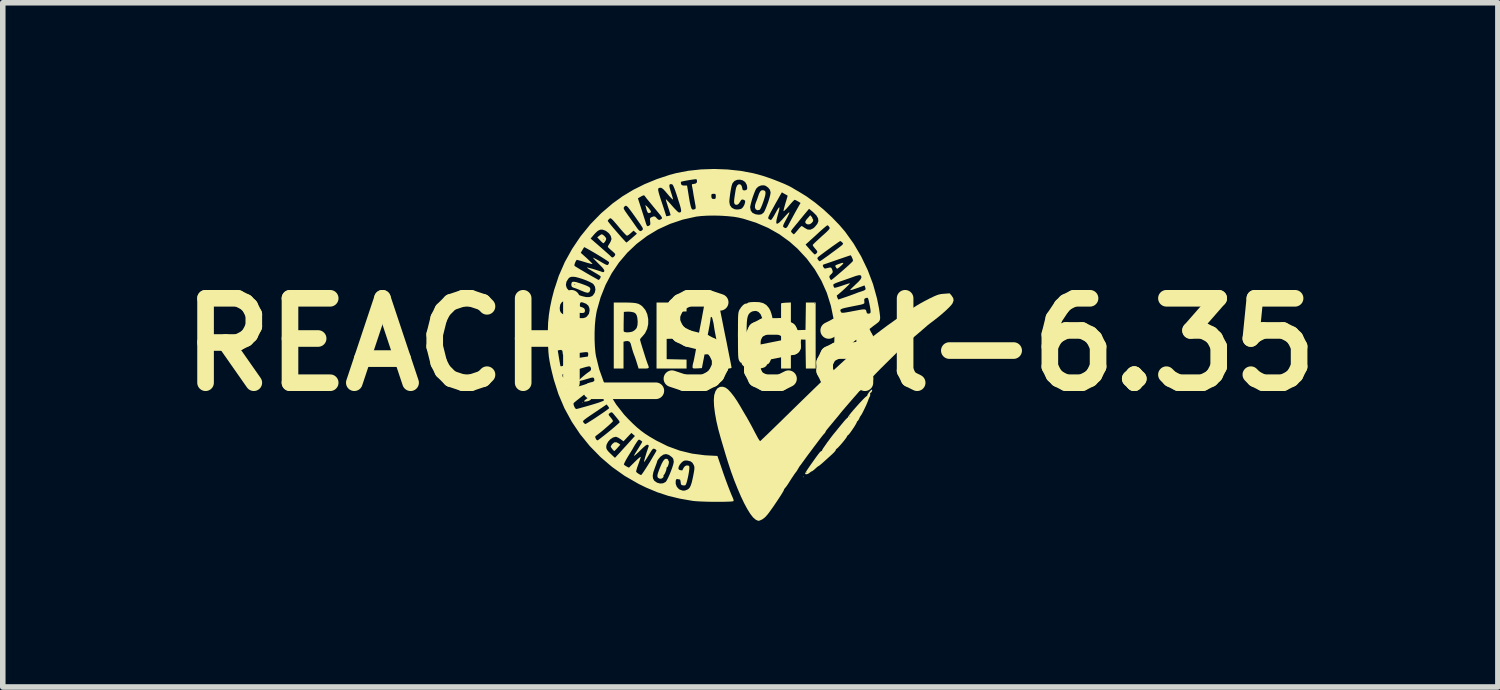
<source format=kicad_pcb>
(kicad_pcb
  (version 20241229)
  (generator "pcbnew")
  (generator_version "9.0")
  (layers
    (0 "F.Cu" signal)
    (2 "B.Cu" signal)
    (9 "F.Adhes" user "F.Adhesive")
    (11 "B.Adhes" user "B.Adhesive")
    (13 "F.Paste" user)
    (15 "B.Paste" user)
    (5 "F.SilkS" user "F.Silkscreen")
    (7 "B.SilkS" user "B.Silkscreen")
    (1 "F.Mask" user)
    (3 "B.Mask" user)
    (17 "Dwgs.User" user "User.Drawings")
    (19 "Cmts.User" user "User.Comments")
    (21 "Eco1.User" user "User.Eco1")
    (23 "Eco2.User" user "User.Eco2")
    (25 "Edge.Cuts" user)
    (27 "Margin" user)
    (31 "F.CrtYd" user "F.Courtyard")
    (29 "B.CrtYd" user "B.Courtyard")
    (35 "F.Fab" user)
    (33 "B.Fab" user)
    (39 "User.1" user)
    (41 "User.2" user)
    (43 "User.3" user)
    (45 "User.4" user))
  (footprint "REACH_Seal-6.35"
    (layer "F.Cu")
    (at 10.494 3.169)
    (property "Reference" "REACH_Seal-6.35" (at 0 0 0) (layer "F.SilkS") (effects (font (size 1.524 1.524) (thickness 0.3))))
    (attr board_only exclude_from_pos_files exclude_from_bom)
    (fp_poly (pts (xy -3.021 1.049) (xy -3.028 1.056) (xy -3.034 1.049) (xy -3.028 1.043)) (stroke (width 0) (type solid)) (fill yes) (layer "F.SilkS"))
    (fp_poly (pts (xy 0.962 2.39) (xy 0.955 2.396) (xy 0.948 2.39) (xy 0.955 2.383)) (stroke (width 0) (type solid)) (fill yes) (layer "F.SilkS"))
    (fp_poly (pts (xy -2.883 0.957) (xy -2.872 0.977) (xy -2.872 0.98) (xy -2.884 0.999) (xy -2.914 1.016) (xy -2.953 1.027) (xy -2.977 1.029) (xy -3.001 1.028) (xy -3.002 1.02) (xy -2.985 1.004) (xy -2.944 0.971) (xy -2.908 0.955)) (stroke (width 0) (type solid)) (fill yes) (layer "F.SilkS"))
    (fp_poly (pts (xy -1.885 -2.51) (xy -1.87 -2.498) (xy -1.84 -2.467) (xy -1.812 -2.432) (xy -1.795 -2.405) (xy -1.795 -2.389) (xy -1.803 -2.382) (xy -1.832 -2.371) (xy -1.852 -2.382) (xy -1.868 -2.417) (xy -1.87 -2.424) (xy -1.881 -2.465) (xy -1.891 -2.497) (xy -1.893 -2.502) (xy -1.895 -2.515)) (stroke (width 0) (type solid)) (fill yes) (layer "F.SilkS"))
    (fp_poly (pts (xy 1.679 -1.466) (xy 1.661 -1.443) (xy 1.639 -1.422) (xy 1.605 -1.393) (xy 1.579 -1.374) (xy 1.569 -1.368) (xy 1.555 -1.378) (xy 1.544 -1.396) (xy 1.534 -1.414) (xy 1.534 -1.425) (xy 1.549 -1.435) (xy 1.582 -1.448) (xy 1.595 -1.453) (xy 1.647 -1.471) (xy 1.674 -1.475)) (stroke (width 0) (type solid)) (fill yes) (layer "F.SilkS"))
    (fp_poly (pts (xy -2.378 1.784) (xy -2.347 1.808) (xy -2.398 1.865) (xy -2.427 1.897) (xy -2.448 1.917) (xy -2.456 1.923) (xy -2.469 1.913) (xy -2.489 1.89) (xy -2.492 1.887) (xy -2.511 1.86) (xy -2.52 1.842) (xy -2.52 1.841) (xy -2.512 1.825) (xy -2.494 1.798) (xy -2.492 1.796) (xy -2.456 1.766) (xy -2.417 1.764)) (stroke (width 0) (type solid)) (fill yes) (layer "F.SilkS"))
    (fp_poly (pts (xy 1.11 -2.301) (xy 1.133 -2.262) (xy 1.133 -2.228) (xy 1.11 -2.196) (xy 1.075 -2.172) (xy 1.036 -2.168) (xy 1.005 -2.183) (xy 0.992 -2.203) (xy 0.994 -2.225) (xy 1.013 -2.255) (xy 1.024 -2.268) (xy 1.111 -2.268) (xy 1.118 -2.261) (xy 1.124 -2.268) (xy 1.118 -2.275) (xy 1.111 -2.268) (xy 1.024 -2.268) (xy 1.036 -2.281) (xy 1.082 -2.334)) (stroke (width 0) (type solid)) (fill yes) (layer "F.SilkS"))
    (fp_poly (pts (xy -1.151 -0.597) (xy -1.331 -0.593) (xy -1.51 -0.589) (xy -1.51 -0.278) (xy -1.246 -0.27) (xy -1.246 -0.22) (xy -1.248 -0.17) (xy -1.254 -0.138) (xy -1.27 -0.12) (xy -1.302 -0.111) (xy -1.353 -0.107) (xy -1.387 -0.105) (xy -1.51 -0.102) (xy -1.51 0.264) (xy -1.331 0.268) (xy -1.151 0.272) (xy -1.151 0.433) (xy -1.693 0.433) (xy -1.693 -0.758) (xy -1.151 -0.758)) (stroke (width 0) (type solid)) (fill yes) (layer "F.SilkS"))
    (fp_poly (pts (xy -2.659 -1.98) (xy -2.631 -1.956) (xy -2.609 -1.928) (xy -2.601 -1.908) (xy -2.608 -1.883) (xy -2.625 -1.854) (xy -2.644 -1.833) (xy -2.655 -1.828) (xy -2.667 -1.837) (xy -2.692 -1.86) (xy -2.712 -1.881) (xy -2.732 -1.902) (xy -2.655 -1.902) (xy -2.648 -1.896) (xy -2.642 -1.902) (xy -2.648 -1.909) (xy -2.655 -1.902) (xy -2.732 -1.902) (xy -2.763 -1.935) (xy -2.727 -1.963) (xy -2.7 -1.982) (xy -2.683 -1.99) (xy -2.682 -1.99)) (stroke (width 0) (type solid)) (fill yes) (layer "F.SilkS"))
    (fp_poly (pts (xy 0.253 -2.78) (xy 0.27 -2.764) (xy 0.275 -2.736) (xy 0.269 -2.692) (xy 0.251 -2.629) (xy 0.237 -2.586) (xy 0.215 -2.525) (xy 0.194 -2.475) (xy 0.177 -2.442) (xy 0.167 -2.431) (xy 0.127 -2.424) (xy 0.098 -2.44) (xy 0.098 -2.44) (xy 0.083 -2.472) (xy 0.086 -2.519) (xy 0.1 -2.564) (xy 0.117 -2.606) (xy 0.134 -2.654) (xy 0.136 -2.661) (xy 0.158 -2.723) (xy 0.178 -2.762) (xy 0.2 -2.782) (xy 0.225 -2.786)) (stroke (width 0) (type solid)) (fill yes) (layer "F.SilkS"))
    (fp_poly (pts (xy 0.732 -0.256) (xy 0.996 -0.264) (xy 1.003 -0.738) (xy 1.151 -0.738) (xy 1.158 -0.731) (xy 1.165 -0.738) (xy 1.158 -0.745) (xy 1.151 -0.738) (xy 1.003 -0.738) (xy 1.003 -0.758) (xy 1.179 -0.758) (xy 1.179 0.433) (xy 1.003 0.433) (xy 0.999 0.173) (xy 0.996 -0.088) (xy 0.732 -0.096) (xy 0.732 0.433) (xy 0.555 0.433) (xy 0.555 -0.149) (xy 0.555 -0.272) (xy 0.555 -0.387) (xy 0.555 -0.49) (xy 0.555 -0.58) (xy 0.555 -0.652) (xy 0.555 -0.705) (xy 0.555 -0.735) (xy 0.555 -0.741) (xy 0.568 -0.747) (xy 0.6 -0.752) (xy 0.643 -0.755) (xy 0.732 -0.759)) (stroke (width 0) (type solid)) (fill yes) (layer "F.SilkS"))
    (fp_poly (pts (xy -3.143 -1.127) (xy -3.08 -1.107) (xy -3.048 -1.096) (xy -2.979 -1.071) (xy -2.933 -1.051) (xy -2.905 -1.035) (xy -2.891 -1.018) (xy -2.888 -0.998) (xy -2.892 -0.977) (xy -2.907 -0.945) (xy -2.936 -0.934) (xy -2.98 -0.944) (xy -3.006 -0.954) (xy -3.042 -0.969) (xy -3.048 -0.971) (xy -3.099 -0.993) (xy -3.134 -1.007) (xy -3.159 -1.016) (xy -3.185 -1.024) (xy -3.19 -1.026) (xy -3.218 -1.039) (xy -3.229 -1.06) (xy -3.231 -1.084) (xy -3.23 -1.092) (xy -3.179 -1.092) (xy -3.177 -1.084) (xy -3.17 -1.083) (xy -3.159 -1.088) (xy -3.161 -1.092) (xy -3.177 -1.094) (xy -3.179 -1.092) (xy -3.23 -1.092) (xy -3.227 -1.113) (xy -3.213 -1.13) (xy -3.186 -1.134)) (stroke (width 0) (type solid)) (fill yes) (layer "F.SilkS"))
    (fp_poly (pts (xy -1.505 2.064) (xy -1.485 2.076) (xy -1.483 2.085) (xy -1.48 2.099) (xy -1.475 2.101) (xy -1.469 2.116) (xy -1.472 2.145) (xy -1.481 2.178) (xy -1.494 2.207) (xy -1.507 2.22) (xy -1.508 2.22) (xy -1.515 2.226) (xy -1.513 2.229) (xy -1.513 2.245) (xy -1.521 2.276) (xy -1.535 2.312) (xy -1.551 2.343) (xy -1.564 2.359) (xy -1.571 2.368) (xy -1.568 2.369) (xy -1.565 2.379) (xy -1.571 2.396) (xy -1.596 2.418) (xy -1.631 2.423) (xy -1.662 2.409) (xy -1.664 2.407) (xy -1.675 2.391) (xy -1.678 2.369) (xy -1.672 2.336) (xy -1.656 2.288) (xy -1.632 2.225) (xy -1.6 2.151) (xy -1.573 2.102) (xy -1.549 2.073) (xy -1.525 2.062)) (stroke (width 0) (type solid)) (fill yes) (layer "F.SilkS"))
    (fp_poly (pts (xy -2.279 -0.758) (xy -2.186 -0.757) (xy -2.115 -0.753) (xy -2.061 -0.746) (xy -2.019 -0.734) (xy -1.985 -0.716) (xy -1.952 -0.691) (xy -1.948 -0.687) (xy -1.895 -0.624) (xy -1.86 -0.546) (xy -1.843 -0.459) (xy -1.843 -0.369) (xy -1.862 -0.283) (xy -1.899 -0.206) (xy -1.936 -0.16) (xy -1.966 -0.128) (xy -1.986 -0.102) (xy -1.991 -0.09) (xy -1.987 -0.073) (xy -1.977 -0.036) (xy -1.961 0.017) (xy -1.942 0.079) (xy -1.921 0.145) (xy -1.901 0.21) (xy -1.882 0.269) (xy -1.866 0.315) (xy -1.856 0.344) (xy -1.855 0.345) (xy -1.838 0.39) (xy -1.833 0.416) (xy -1.846 0.429) (xy -1.879 0.433) (xy -1.922 0.433) (xy -2.017 0.433) (xy -2.047 0.335) (xy -2.064 0.281) (xy -2.081 0.231) (xy -2.094 0.196) (xy -2.095 0.195) (xy -2.109 0.157) (xy -2.125 0.108) (xy -2.133 0.08) (xy -2.146 0.033) (xy -2.157 -0.007) (xy -2.162 -0.023) (xy -2.183 -0.054) (xy -2.221 -0.064) (xy -2.254 -0.06) (xy -2.289 -0.051) (xy -2.289 0.433) (xy -2.465 0.433) (xy -2.465 -0.299) (xy -2.287 -0.299) (xy -2.287 -0.258) (xy -2.285 -0.237) (xy -2.285 -0.237) (xy -2.267 -0.225) (xy -2.232 -0.22) (xy -2.188 -0.221) (xy -2.144 -0.229) (xy -2.119 -0.238) (xy -2.082 -0.263) (xy -2.054 -0.295) (xy -2.052 -0.299) (xy -2.037 -0.348) (xy -2.033 -0.411) (xy -2.039 -0.477) (xy -2.047 -0.515) (xy -2.064 -0.552) (xy -2.091 -0.574) (xy -2.112 -0.582) (xy -2.158 -0.591) (xy -2.21 -0.594) (xy -2.222 -0.593) (xy -2.283 -0.589) (xy -2.286 -0.42) (xy -2.287 -0.355) (xy -2.287 -0.299) (xy -2.465 -0.299) (xy -2.465 -0.758)) (stroke (width 0) (type solid)) (fill yes) (layer "F.SilkS"))
    (fp_poly (pts (xy -0.642 -0.757) (xy -0.599 -0.754) (xy -0.573 -0.75) (xy -0.569 -0.747) (xy -0.566 -0.732) (xy -0.559 -0.693) (xy -0.547 -0.633) (xy -0.532 -0.555) (xy -0.513 -0.462) (xy -0.492 -0.356) (xy -0.469 -0.24) (xy -0.454 -0.166) (xy -0.429 -0.046) (xy -0.407 0.067) (xy -0.387 0.169) (xy -0.369 0.257) (xy -0.355 0.329) (xy -0.345 0.382) (xy -0.34 0.412) (xy -0.339 0.419) (xy -0.351 0.427) (xy -0.387 0.432) (xy -0.425 0.433) (xy -0.511 0.433) (xy -0.534 0.328) (xy -0.546 0.275) (xy -0.557 0.231) (xy -0.564 0.203) (xy -0.564 0.2) (xy -0.571 0.188) (xy -0.586 0.181) (xy -0.616 0.178) (xy -0.665 0.176) (xy -0.699 0.176) (xy -0.754 0.176) (xy -0.797 0.177) (xy -0.823 0.179) (xy -0.827 0.179) (xy -0.829 0.193) (xy -0.836 0.228) (xy -0.845 0.276) (xy -0.851 0.305) (xy -0.874 0.426) (xy -0.959 0.431) (xy -1.005 0.432) (xy -1.03 0.43) (xy -1.041 0.422) (xy -1.043 0.406) (xy -1.043 0.402) (xy -1.039 0.364) (xy -1.031 0.33) (xy -1.023 0.301) (xy -1.013 0.253) (xy -1.001 0.192) (xy -0.99 0.135) (xy -0.98 0.078) (xy -0.965 0.000118) (xy -0.959 -0.031) (xy -0.791 -0.031) (xy -0.79 -0.011) (xy -0.784 0.001) (xy -0.773 0.007) (xy -0.758 0.011) (xy -0.754 0.012) (xy -0.702 0.024) (xy -0.663 0.023) (xy -0.632 0.012) (xy -0.609 -0.001) (xy -0.599 -0.006) (xy -0.6 -0.02) (xy -0.606 -0.054) (xy -0.615 -0.103) (xy -0.622 -0.137) (xy -0.634 -0.201) (xy -0.646 -0.264) (xy -0.654 -0.314) (xy -0.656 -0.328) (xy -0.662 -0.37) (xy -0.668 -0.401) (xy -0.67 -0.409) (xy -0.677 -0.435) (xy -0.683 -0.464) (xy -0.695 -0.493) (xy -0.708 -0.5) (xy -0.717 -0.484) (xy -0.718 -0.47) (xy -0.72 -0.445) (xy -0.727 -0.4) (xy -0.737 -0.34) (xy -0.75 -0.274) (xy -0.75 -0.27) (xy -0.768 -0.179) (xy -0.78 -0.111) (xy -0.788 -0.063) (xy -0.791 -0.031) (xy -0.959 -0.031) (xy -0.948 -0.093) (xy -0.929 -0.196) (xy -0.909 -0.302) (xy -0.894 -0.378) (xy -0.876 -0.473) (xy -0.86 -0.56) (xy -0.846 -0.634) (xy -0.836 -0.692) (xy -0.829 -0.731) (xy -0.826 -0.747) (xy -0.826 -0.747) (xy -0.814 -0.752) (xy -0.78 -0.756) (xy -0.731 -0.758) (xy -0.698 -0.758)) (stroke (width 0) (type solid)) (fill yes) (layer "F.SilkS"))
    (fp_poly (pts (xy 0.161 -0.765) (xy 0.231 -0.748) (xy 0.287 -0.715) (xy 0.332 -0.664) (xy 0.342 -0.648) (xy 0.363 -0.608) (xy 0.38 -0.558) (xy 0.394 -0.507) (xy 0.402 -0.461) (xy 0.403 -0.426) (xy 0.395 -0.409) (xy 0.395 -0.409) (xy 0.385 -0.397) (xy 0.387 -0.391) (xy 0.379 -0.385) (xy 0.35 -0.38) (xy 0.314 -0.379) (xy 0.234 -0.379) (xy 0.225 -0.436) (xy 0.211 -0.486) (xy 0.19 -0.537) (xy 0.187 -0.544) (xy 0.149 -0.588) (xy 0.102 -0.607) (xy 0.047 -0.601) (xy 0.018 -0.589) (xy -0.008 -0.571) (xy -0.029 -0.546) (xy -0.045 -0.512) (xy -0.056 -0.466) (xy -0.063 -0.404) (xy -0.066 -0.323) (xy -0.067 -0.22) (xy -0.066 -0.131) (xy -0.064 -0.035) (xy -0.062 0.038) (xy -0.059 0.092) (xy -0.056 0.131) (xy -0.051 0.159) (xy -0.044 0.182) (xy -0.035 0.201) (xy -0.028 0.212) (xy -0.003 0.25) (xy 0.023 0.269) (xy 0.057 0.278) (xy 0.116 0.276) (xy 0.164 0.251) (xy 0.2 0.203) (xy 0.222 0.134) (xy 0.226 0.103) (xy 0.232 0.059) (xy 0.243 0.034) (xy 0.265 0.021) (xy 0.304 0.016) (xy 0.342 0.016) (xy 0.406 0.016) (xy 0.406 0.079) (xy 0.401 0.144) (xy 0.39 0.209) (xy 0.373 0.267) (xy 0.353 0.314) (xy 0.332 0.344) (xy 0.315 0.352) (xy 0.299 0.363) (xy 0.298 0.369) (xy 0.287 0.387) (xy 0.261 0.408) (xy 0.258 0.41) (xy 0.222 0.423) (xy 0.169 0.433) (xy 0.106 0.44) (xy 0.043 0.442) (xy -0.011 0.44) (xy -0.042 0.434) (xy -0.082 0.417) (xy -0.118 0.393) (xy -0.146 0.367) (xy -0.157 0.346) (xy -0.156 0.342) (xy -0.157 0.33) (xy -0.162 0.331) (xy -0.176 0.326) (xy -0.195 0.303) (xy -0.199 0.295) (xy -0.206 0.28) (xy -0.212 0.262) (xy -0.216 0.236) (xy -0.219 0.201) (xy -0.221 0.153) (xy -0.222 0.089) (xy -0.223 0.005) (xy -0.223 -0.101) (xy -0.224 -0.162) (xy -0.223 -0.279) (xy -0.223 -0.372) (xy -0.222 -0.445) (xy -0.221 -0.5) (xy -0.218 -0.541) (xy -0.215 -0.571) (xy -0.21 -0.593) (xy -0.204 -0.611) (xy -0.196 -0.627) (xy -0.193 -0.632) (xy -0.164 -0.676) (xy -0.131 -0.712) (xy -0.099 -0.735) (xy -0.073 -0.739) (xy -0.073 -0.739) (xy -0.054 -0.743) (xy -0.051 -0.749) (xy -0.034 -0.758) (xy 0.008 -0.765) (xy 0.07 -0.768)) (stroke (width 0) (type solid)) (fill yes) (layer "F.SilkS"))
    (fp_poly (pts (xy 2.2 0.823) (xy 2.195 0.843) (xy 2.182 0.865) (xy 2.17 0.87) (xy 2.162 0.879) (xy 2.164 0.894) (xy 2.163 0.924) (xy 2.157 0.938) (xy 2.145 0.961) (xy 2.13 0.997) (xy 2.127 1.009) (xy 2.114 1.042) (xy 2.094 1.089) (xy 2.07 1.141) (xy 2.044 1.194) (xy 2.021 1.24) (xy 2.002 1.273) (xy 1.992 1.286) (xy 1.981 1.302) (xy 1.967 1.333) (xy 1.965 1.337) (xy 1.95 1.366) (xy 1.937 1.381) (xy 1.936 1.381) (xy 1.924 1.392) (xy 1.924 1.398) (xy 1.916 1.417) (xy 1.897 1.451) (xy 1.871 1.493) (xy 1.84 1.539) (xy 1.81 1.582) (xy 1.784 1.616) (xy 1.765 1.636) (xy 1.761 1.638) (xy 1.748 1.649) (xy 1.747 1.655) (xy 1.739 1.672) (xy 1.717 1.703) (xy 1.686 1.743) (xy 1.651 1.785) (xy 1.615 1.826) (xy 1.584 1.859) (xy 1.563 1.879) (xy 1.556 1.882) (xy 1.545 1.893) (xy 1.544 1.9) (xy 1.535 1.919) (xy 1.51 1.948) (xy 1.479 1.978) (xy 1.4 2.05) (xy 1.339 2.105) (xy 1.294 2.145) (xy 1.262 2.172) (xy 1.243 2.187) (xy 1.233 2.193) (xy 1.232 2.193) (xy 1.218 2.202) (xy 1.191 2.224) (xy 1.173 2.241) (xy 1.142 2.268) (xy 1.118 2.285) (xy 1.11 2.288) (xy 1.092 2.297) (xy 1.07 2.315) (xy 1.043 2.334) (xy 1.015 2.342) (xy 0.994 2.339) (xy 0.989 2.328) (xy 0.996 2.312) (xy 0.999 2.308) (xy 1.002 2.308) (xy 1.009 2.315) (xy 1.016 2.308) (xy 1.009 2.302) (xy 1.002 2.308) (xy 0.999 2.308) (xy 1.016 2.279) (xy 1.046 2.234) (xy 1.083 2.18) (xy 1.085 2.177) (xy 1.143 2.095) (xy 1.188 2.032) (xy 1.222 1.986) (xy 1.246 1.955) (xy 1.263 1.936) (xy 1.275 1.926) (xy 1.284 1.923) (xy 1.296 1.916) (xy 1.295 1.911) (xy 1.3 1.897) (xy 1.319 1.867) (xy 1.349 1.824) (xy 1.385 1.772) (xy 1.426 1.717) (xy 1.467 1.662) (xy 1.506 1.612) (xy 1.54 1.572) (xy 1.541 1.57) (xy 1.556 1.552) (xy 1.584 1.517) (xy 1.62 1.473) (xy 1.648 1.439) (xy 1.686 1.393) (xy 1.718 1.356) (xy 1.741 1.333) (xy 1.749 1.327) (xy 1.761 1.316) (xy 1.761 1.312) (xy 1.77 1.296) (xy 1.772 1.293) (xy 1.788 1.293) (xy 1.795 1.3) (xy 1.802 1.293) (xy 1.795 1.286) (xy 1.788 1.293) (xy 1.772 1.293) (xy 1.793 1.265) (xy 1.827 1.222) (xy 1.87 1.172) (xy 1.917 1.119) (xy 1.965 1.065) (xy 2.011 1.016) (xy 2.051 0.974) (xy 2.082 0.945) (xy 2.1 0.93) (xy 2.103 0.93) (xy 2.111 0.93) (xy 2.109 0.925) (xy 2.113 0.908) (xy 2.129 0.881) (xy 2.152 0.85) (xy 2.176 0.825) (xy 2.194 0.813) (xy 2.195 0.812)) (stroke (width 0) (type solid)) (fill yes) (layer "F.SilkS"))
    (fp_poly (pts (xy 3.635 -0.881) (xy 3.663 -0.837) (xy 3.669 -0.795) (xy 3.652 -0.748) (xy 3.652 -0.747) (xy 3.627 -0.712) (xy 3.583 -0.665) (xy 3.524 -0.609) (xy 3.454 -0.547) (xy 3.376 -0.483) (xy 3.294 -0.419) (xy 3.285 -0.413) (xy 3.239 -0.378) (xy 3.195 -0.343) (xy 3.146 -0.3) (xy 3.117 -0.275) (xy 3.085 -0.247) (xy 3.039 -0.208) (xy 2.989 -0.165) (xy 2.967 -0.147) (xy 2.913 -0.101) (xy 2.865 -0.06) (xy 2.819 -0.019) (xy 2.773 0.023) (xy 2.723 0.07) (xy 2.666 0.125) (xy 2.599 0.191) (xy 2.519 0.27) (xy 2.432 0.356) (xy 2.349 0.438) (xy 2.266 0.523) (xy 2.185 0.607) (xy 2.112 0.684) (xy 2.05 0.751) (xy 2.002 0.804) (xy 1.998 0.808) (xy 1.948 0.866) (xy 1.902 0.919) (xy 1.864 0.962) (xy 1.838 0.992) (xy 1.832 0.999) (xy 1.807 1.028) (xy 1.772 1.068) (xy 1.744 1.101) (xy 1.712 1.138) (xy 1.686 1.169) (xy 1.673 1.184) (xy 1.658 1.201) (xy 1.632 1.233) (xy 1.606 1.266) (xy 1.575 1.304) (xy 1.55 1.334) (xy 1.538 1.349) (xy 1.522 1.367) (xy 1.496 1.399) (xy 1.477 1.422) (xy 1.441 1.465) (xy 1.406 1.507) (xy 1.392 1.524) (xy 1.369 1.554) (xy 1.356 1.577) (xy 1.355 1.581) (xy 1.345 1.599) (xy 1.343 1.6) (xy 1.33 1.613) (xy 1.302 1.646) (xy 1.26 1.7) (xy 1.205 1.773) (xy 1.137 1.863) (xy 1.074 1.948) (xy 1.049 1.981) (xy 1.02 2.02) (xy 1.016 2.026) (xy 0.985 2.068) (xy 0.953 2.113) (xy 0.948 2.119) (xy 0.924 2.153) (xy 0.904 2.18) (xy 0.899 2.185) (xy 0.883 2.208) (xy 0.863 2.242) (xy 0.862 2.244) (xy 0.842 2.278) (xy 0.824 2.303) (xy 0.823 2.304) (xy 0.809 2.322) (xy 0.784 2.358) (xy 0.752 2.406) (xy 0.719 2.457) (xy 0.685 2.511) (xy 0.655 2.555) (xy 0.632 2.585) (xy 0.621 2.597) (xy 0.61 2.613) (xy 0.609 2.618) (xy 0.602 2.636) (xy 0.581 2.673) (xy 0.55 2.723) (xy 0.511 2.783) (xy 0.467 2.849) (xy 0.421 2.917) (xy 0.375 2.982) (xy 0.332 3.041) (xy 0.308 3.072) (xy 0.264 3.12) (xy 0.215 3.157) (xy 0.168 3.178) (xy 0.147 3.182) (xy 0.124 3.175) (xy 0.092 3.158) (xy 0.09 3.156) (xy 0.046 3.117) (xy -0.003 3.053) (xy -0.056 2.967) (xy -0.112 2.863) (xy -0.17 2.741) (xy -0.229 2.604) (xy -0.289 2.455) (xy -0.347 2.296) (xy -0.402 2.129) (xy -0.441 2.004) (xy -0.465 1.923) (xy -0.49 1.839) (xy -0.513 1.762) (xy -0.531 1.7) (xy -0.534 1.69) (xy -0.578 1.531) (xy -0.613 1.38) (xy -0.638 1.24) (xy -0.654 1.115) (xy -0.659 1.007) (xy -0.653 0.92) (xy -0.651 0.911) (xy -0.629 0.841) (xy -0.595 0.792) (xy -0.549 0.765) (xy -0.496 0.762) (xy -0.448 0.778) (xy -0.405 0.809) (xy -0.355 0.862) (xy -0.299 0.932) (xy -0.241 1.017) (xy -0.183 1.112) (xy -0.162 1.148) (xy -0.145 1.178) (xy -0.119 1.222) (xy -0.093 1.266) (xy -0.067 1.309) (xy -0.039 1.359) (xy -0.005 1.42) (xy 0.036 1.496) (xy 0.085 1.59) (xy 0.12 1.655) (xy 0.144 1.699) (xy 0.164 1.73) (xy 0.177 1.743) (xy 0.178 1.743) (xy 0.189 1.734) (xy 0.218 1.706) (xy 0.262 1.664) (xy 0.321 1.608) (xy 0.39 1.541) (xy 0.47 1.463) (xy 0.558 1.378) (xy 0.651 1.286) (xy 0.666 1.272) (xy 0.814 1.127) (xy 0.944 1) (xy 1.059 0.888) (xy 1.16 0.79) (xy 1.249 0.704) (xy 1.328 0.629) (xy 1.399 0.562) (xy 1.463 0.501) (xy 1.523 0.446) (xy 1.545 0.426) (xy 1.629 0.348) (xy 1.696 0.287) (xy 1.749 0.239) (xy 1.791 0.201) (xy 1.825 0.171) (xy 1.854 0.146) (xy 1.881 0.124) (xy 1.91 0.101) (xy 1.91 0.101) (xy 1.964 0.057) (xy 2.026 0.007) (xy 2.082 -0.04) (xy 2.085 -0.042) (xy 2.141 -0.088) (xy 2.206 -0.14) (xy 2.285 -0.201) (xy 2.38 -0.273) (xy 2.431 -0.311) (xy 2.475 -0.344) (xy 2.535 -0.386) (xy 2.603 -0.435) (xy 2.674 -0.485) (xy 2.743 -0.533) (xy 2.804 -0.574) (xy 2.849 -0.605) (xy 2.858 -0.611) (xy 2.941 -0.664) (xy 3.008 -0.706) (xy 3.067 -0.741) (xy 3.123 -0.772) (xy 3.184 -0.804) (xy 3.236 -0.831) (xy 3.305 -0.864) (xy 3.357 -0.887) (xy 3.4 -0.902) (xy 3.441 -0.911) (xy 3.488 -0.916) (xy 3.494 -0.916) (xy 3.598 -0.924)) (stroke (width 0) (type solid)) (fill yes) (layer "F.SilkS"))
    (fp_poly (pts (xy -0.413 -3.16) (xy -0.177 -3.135) (xy 0.048 -3.093) (xy 0.135 -3.071) (xy 0.226 -3.045) (xy 0.325 -3.012) (xy 0.427 -2.975) (xy 0.526 -2.936) (xy 0.618 -2.898) (xy 0.696 -2.862) (xy 0.756 -2.83) (xy 0.768 -2.822) (xy 0.798 -2.804) (xy 0.839 -2.78) (xy 0.863 -2.767) (xy 1.013 -2.675) (xy 1.168 -2.563) (xy 1.323 -2.436) (xy 1.471 -2.299) (xy 1.608 -2.157) (xy 1.71 -2.038) (xy 1.864 -1.823) (xy 2.001 -1.59) (xy 2.119 -1.344) (xy 2.215 -1.09) (xy 2.287 -0.831) (xy 2.323 -0.65) (xy 2.335 -0.569) (xy 2.342 -0.51) (xy 2.343 -0.467) (xy 2.336 -0.437) (xy 2.322 -0.414) (xy 2.299 -0.393) (xy 2.279 -0.378) (xy 2.22 -0.334) (xy 2.144 -0.275) (xy 2.057 -0.206) (xy 1.962 -0.128) (xy 1.863 -0.047) (xy 1.766 0.035) (xy 1.673 0.114) (xy 1.59 0.187) (xy 1.545 0.227) (xy 1.516 0.252) (xy 1.495 0.268) (xy 1.489 0.271) (xy 1.488 0.258) (xy 1.49 0.225) (xy 1.496 0.178) (xy 1.5 0.152) (xy 1.509 0.072) (xy 1.515 -0.027) (xy 1.518 -0.134) (xy 1.517 -0.243) (xy 1.514 -0.345) (xy 1.507 -0.431) (xy 1.504 -0.457) (xy 1.471 -0.619) (xy 1.624 -0.619) (xy 1.63 -0.599) (xy 1.638 -0.583) (xy 1.647 -0.576) (xy 1.663 -0.573) (xy 1.691 -0.574) (xy 1.735 -0.581) (xy 1.799 -0.592) (xy 1.839 -0.6) (xy 1.925 -0.616) (xy 1.989 -0.628) (xy 2.033 -0.634) (xy 2.062 -0.634) (xy 2.079 -0.629) (xy 2.089 -0.618) (xy 2.094 -0.602) (xy 2.095 -0.595) (xy 2.105 -0.566) (xy 2.123 -0.557) (xy 2.139 -0.558) (xy 2.162 -0.564) (xy 2.171 -0.58) (xy 2.171 -0.609) (xy 2.166 -0.647) (xy 2.157 -0.699) (xy 2.146 -0.753) (xy 2.135 -0.803) (xy 2.126 -0.831) (xy 2.115 -0.843) (xy 2.101 -0.843) (xy 2.089 -0.84) (xy 2.065 -0.83) (xy 2.056 -0.812) (xy 2.057 -0.782) (xy 2.059 -0.766) (xy 2.059 -0.753) (xy 2.055 -0.743) (xy 2.043 -0.735) (xy 2.02 -0.726) (xy 1.983 -0.717) (xy 1.928 -0.706) (xy 1.852 -0.691) (xy 1.778 -0.676) (xy 1.707 -0.661) (xy 1.66 -0.648) (xy 1.633 -0.635) (xy 1.624 -0.619) (xy 1.471 -0.619) (xy 1.454 -0.7) (xy 1.381 -0.933) (xy 1.316 -1.079) (xy 1.497 -1.079) (xy 1.498 -1.066) (xy 1.498 -1.064) (xy 1.509 -1.036) (xy 1.516 -1.025) (xy 1.532 -1.025) (xy 1.568 -1.034) (xy 1.617 -1.049) (xy 1.659 -1.063) (xy 1.714 -1.082) (xy 1.76 -1.097) (xy 1.789 -1.105) (xy 1.798 -1.105) (xy 1.791 -1.094) (xy 1.768 -1.07) (xy 1.734 -1.037) (xy 1.694 -0.999) (xy 1.652 -0.961) (xy 1.612 -0.926) (xy 1.58 -0.899) (xy 1.561 -0.886) (xy 1.562 -0.874) (xy 1.57 -0.849) (xy 1.581 -0.825) (xy 1.588 -0.812) (xy 1.589 -0.812) (xy 1.603 -0.817) (xy 1.637 -0.828) (xy 1.686 -0.845) (xy 1.742 -0.864) (xy 1.802 -0.885) (xy 1.853 -0.904) (xy 1.889 -0.917) (xy 1.904 -0.923) (xy 1.923 -0.931) (xy 1.959 -0.944) (xy 1.991 -0.954) (xy 2.041 -0.971) (xy 2.07 -0.985) (xy 2.081 -1) (xy 2.078 -1.02) (xy 2.074 -1.032) (xy 2.061 -1.067) (xy 1.969 -1.033) (xy 1.898 -1.008) (xy 1.85 -0.992) (xy 1.82 -0.984) (xy 1.805 -0.982) (xy 1.802 -0.985) (xy 1.811 -0.997) (xy 1.836 -1.023) (xy 1.873 -1.058) (xy 1.903 -1.087) (xy 1.956 -1.137) (xy 1.988 -1.175) (xy 2.003 -1.202) (xy 2.005 -1.213) (xy 2.001 -1.239) (xy 1.985 -1.251) (xy 1.955 -1.251) (xy 1.906 -1.238) (xy 1.868 -1.225) (xy 1.81 -1.204) (xy 1.738 -1.179) (xy 1.664 -1.153) (xy 1.629 -1.141) (xy 1.567 -1.119) (xy 1.528 -1.103) (xy 1.506 -1.09) (xy 1.497 -1.079) (xy 1.316 -1.079) (xy 1.283 -1.152) (xy 1.162 -1.359) (xy 1.107 -1.432) (xy 1.308 -1.432) (xy 1.313 -1.409) (xy 1.317 -1.401) (xy 1.335 -1.375) (xy 1.359 -1.372) (xy 1.361 -1.373) (xy 1.41 -1.385) (xy 1.44 -1.39) (xy 1.457 -1.387) (xy 1.467 -1.376) (xy 1.474 -1.361) (xy 1.487 -1.325) (xy 1.485 -1.3) (xy 1.464 -1.274) (xy 1.454 -1.265) (xy 1.431 -1.24) (xy 1.426 -1.219) (xy 1.434 -1.198) (xy 1.448 -1.173) (xy 1.459 -1.164) (xy 1.473 -1.173) (xy 1.503 -1.196) (xy 1.546 -1.232) (xy 1.6 -1.278) (xy 1.66 -1.329) (xy 1.72 -1.382) (xy 1.773 -1.429) (xy 1.815 -1.469) (xy 1.843 -1.497) (xy 1.853 -1.51) (xy 1.851 -1.53) (xy 1.84 -1.56) (xy 1.826 -1.59) (xy 1.814 -1.609) (xy 1.81 -1.611) (xy 1.797 -1.607) (xy 1.763 -1.596) (xy 1.713 -1.579) (xy 1.652 -1.558) (xy 1.585 -1.535) (xy 1.516 -1.511) (xy 1.45 -1.488) (xy 1.392 -1.468) (xy 1.347 -1.453) (xy 1.319 -1.443) (xy 1.317 -1.442) (xy 1.308 -1.432) (xy 1.107 -1.432) (xy 1.017 -1.553) (xy 1.01 -1.56) (xy 1.21 -1.56) (xy 1.217 -1.538) (xy 1.221 -1.532) (xy 1.24 -1.51) (xy 1.253 -1.503) (xy 1.268 -1.511) (xy 1.301 -1.532) (xy 1.347 -1.565) (xy 1.404 -1.605) (xy 1.449 -1.639) (xy 1.527 -1.696) (xy 1.585 -1.739) (xy 1.627 -1.771) (xy 1.654 -1.793) (xy 1.669 -1.809) (xy 1.674 -1.819) (xy 1.672 -1.828) (xy 1.665 -1.836) (xy 1.659 -1.842) (xy 1.637 -1.862) (xy 1.623 -1.868) (xy 1.61 -1.861) (xy 1.579 -1.84) (xy 1.535 -1.809) (xy 1.482 -1.772) (xy 1.425 -1.73) (xy 1.367 -1.688) (xy 1.313 -1.648) (xy 1.268 -1.614) (xy 1.234 -1.588) (xy 1.221 -1.577) (xy 1.21 -1.56) (xy 1.01 -1.56) (xy 0.85 -1.732) (xy 0.768 -1.804) (xy 0.997 -1.804) (xy 1.076 -1.714) (xy 1.112 -1.674) (xy 1.142 -1.643) (xy 1.161 -1.627) (xy 1.165 -1.625) (xy 1.18 -1.634) (xy 1.197 -1.649) (xy 1.208 -1.665) (xy 1.208 -1.681) (xy 1.194 -1.703) (xy 1.172 -1.729) (xy 1.145 -1.762) (xy 1.129 -1.787) (xy 1.126 -1.796) (xy 1.136 -1.809) (xy 1.162 -1.836) (xy 1.203 -1.874) (xy 1.253 -1.92) (xy 1.285 -1.95) (xy 1.345 -2.003) (xy 1.387 -2.042) (xy 1.414 -2.07) (xy 1.428 -2.089) (xy 1.433 -2.103) (xy 1.429 -2.115) (xy 1.425 -2.122) (xy 1.406 -2.145) (xy 1.393 -2.153) (xy 1.378 -2.144) (xy 1.348 -2.12) (xy 1.307 -2.085) (xy 1.257 -2.041) (xy 1.243 -2.028) (xy 1.187 -1.976) (xy 1.133 -1.927) (xy 1.086 -1.885) (xy 1.054 -1.855) (xy 1.051 -1.853) (xy 0.997 -1.804) (xy 0.768 -1.804) (xy 0.711 -1.855) (xy 0.525 -1.99) (xy 0.426 -2.046) (xy 0.736 -2.046) (xy 0.737 -2.035) (xy 0.744 -2.026) (xy 0.752 -2.017) (xy 0.773 -1.997) (xy 0.786 -1.99) (xy 0.798 -2) (xy 0.822 -2.026) (xy 0.853 -2.062) (xy 0.855 -2.065) (xy 0.886 -2.102) (xy 0.911 -2.128) (xy 0.925 -2.139) (xy 0.925 -2.139) (xy 0.942 -2.132) (xy 0.971 -2.113) (xy 0.981 -2.105) (xy 1.034 -2.076) (xy 1.085 -2.073) (xy 1.135 -2.097) (xy 1.165 -2.123) (xy 1.209 -2.177) (xy 1.229 -2.227) (xy 1.223 -2.278) (xy 1.193 -2.33) (xy 1.136 -2.387) (xy 1.12 -2.401) (xy 1.06 -2.45) (xy 1.001 -2.379) (xy 0.968 -2.34) (xy 0.941 -2.307) (xy 0.926 -2.288) (xy 0.91 -2.269) (xy 0.882 -2.235) (xy 0.848 -2.192) (xy 0.837 -2.18) (xy 0.792 -2.125) (xy 0.761 -2.087) (xy 0.743 -2.062) (xy 0.736 -2.046) (xy 0.426 -2.046) (xy 0.322 -2.105) (xy 0.103 -2.199) (xy -0.13 -2.272) (xy -0.196 -2.287) (xy 0.323 -2.287) (xy 0.325 -2.274) (xy 0.332 -2.266) (xy 0.334 -2.265) (xy 0.36 -2.251) (xy 0.373 -2.248) (xy 0.385 -2.259) (xy 0.406 -2.289) (xy 0.432 -2.332) (xy 0.445 -2.356) (xy 0.481 -2.421) (xy 0.507 -2.462) (xy 0.521 -2.477) (xy 0.526 -2.468) (xy 0.521 -2.433) (xy 0.506 -2.374) (xy 0.494 -2.333) (xy 0.475 -2.259) (xy 0.468 -2.209) (xy 0.473 -2.183) (xy 0.491 -2.181) (xy 0.523 -2.202) (xy 0.568 -2.247) (xy 0.597 -2.28) (xy 0.648 -2.337) (xy 0.683 -2.373) (xy 0.702 -2.387) (xy 0.706 -2.38) (xy 0.695 -2.352) (xy 0.67 -2.301) (xy 0.654 -2.271) (xy 0.622 -2.212) (xy 0.602 -2.172) (xy 0.593 -2.147) (xy 0.592 -2.131) (xy 0.598 -2.121) (xy 0.604 -2.116) (xy 0.628 -2.102) (xy 0.647 -2.104) (xy 0.667 -2.123) (xy 0.691 -2.164) (xy 0.697 -2.176) (xy 0.734 -2.245) (xy 0.779 -2.328) (xy 0.827 -2.415) (xy 0.874 -2.498) (xy 0.875 -2.5) (xy 0.907 -2.556) (xy 0.859 -2.585) (xy 0.826 -2.603) (xy 0.803 -2.612) (xy 0.8 -2.613) (xy 0.787 -2.603) (xy 0.761 -2.577) (xy 0.726 -2.538) (xy 0.696 -2.503) (xy 0.658 -2.459) (xy 0.627 -2.427) (xy 0.606 -2.409) (xy 0.599 -2.407) (xy 0.601 -2.426) (xy 0.61 -2.464) (xy 0.624 -2.515) (xy 0.635 -2.554) (xy 0.652 -2.609) (xy 0.665 -2.653) (xy 0.672 -2.681) (xy 0.673 -2.688) (xy 0.661 -2.695) (xy 0.633 -2.711) (xy 0.62 -2.718) (xy 0.569 -2.747) (xy 0.536 -2.69) (xy 0.518 -2.658) (xy 0.49 -2.607) (xy 0.455 -2.546) (xy 0.418 -2.478) (xy 0.407 -2.458) (xy 0.369 -2.39) (xy 0.344 -2.341) (xy 0.329 -2.308) (xy 0.323 -2.287) (xy -0.196 -2.287) (xy -0.206 -2.29) (xy -0.298 -2.306) (xy -0.408 -2.317) (xy -0.531 -2.325) (xy -0.657 -2.328) (xy -0.779 -2.326) (xy -0.89 -2.319) (xy -0.977 -2.309) (xy -1.219 -2.255) (xy -1.448 -2.178) (xy -1.665 -2.079) (xy -1.866 -1.958) (xy -2.052 -1.817) (xy -2.221 -1.657) (xy -2.372 -1.479) (xy -2.503 -1.285) (xy -2.614 -1.075) (xy -2.703 -0.851) (xy -2.77 -0.614) (xy -2.78 -0.565) (xy -2.795 -0.465) (xy -2.806 -0.346) (xy -2.811 -0.218) (xy -2.811 -0.088) (xy -2.806 0.036) (xy -2.796 0.147) (xy -2.786 0.21) (xy -2.728 0.446) (xy -2.647 0.672) (xy -2.544 0.885) (xy -2.421 1.083) (xy -2.278 1.265) (xy -2.209 1.339) (xy -2.122 1.426) (xy -2.046 1.496) (xy -1.974 1.556) (xy -1.9 1.61) (xy -1.818 1.663) (xy -1.72 1.72) (xy -1.704 1.73) (xy -1.491 1.836) (xy -1.274 1.915) (xy -1.052 1.969) (xy -0.821 1.999) (xy -0.768 2.002) (xy -0.594 2.011) (xy -0.522 2.22) (xy -0.484 2.332) (xy -0.445 2.441) (xy -0.407 2.543) (xy -0.372 2.634) (xy -0.342 2.709) (xy -0.318 2.763) (xy -0.317 2.766) (xy -0.304 2.799) (xy -0.302 2.823) (xy -0.303 2.826) (xy -0.322 2.831) (xy -0.362 2.835) (xy -0.422 2.837) (xy -0.495 2.839) (xy -0.578 2.839) (xy -0.666 2.839) (xy -0.755 2.838) (xy -0.841 2.835) (xy -0.919 2.832) (xy -0.985 2.828) (xy -1.034 2.823) (xy -1.036 2.823) (xy -1.267 2.783) (xy -1.48 2.732) (xy -1.683 2.665) (xy -1.883 2.581) (xy -2.018 2.515) (xy -2.263 2.374) (xy -2.274 2.367) (xy -1.762 2.367) (xy -1.757 2.416) (xy -1.736 2.455) (xy -1.733 2.459) (xy -1.685 2.493) (xy -1.63 2.509) (xy -1.576 2.505) (xy -1.529 2.481) (xy -1.527 2.479) (xy -1.515 2.462) (xy -1.347 2.462) (xy -1.347 2.516) (xy -1.327 2.568) (xy -1.291 2.608) (xy -1.271 2.62) (xy -1.221 2.637) (xy -1.18 2.636) (xy -1.136 2.619) (xy -1.112 2.603) (xy -1.092 2.579) (xy -1.075 2.543) (xy -1.058 2.492) (xy -1.041 2.42) (xy -1.03 2.367) (xy -1.018 2.302) (xy -1.011 2.256) (xy -1.009 2.225) (xy -1.012 2.2) (xy -1.02 2.177) (xy -1.021 2.175) (xy -1.046 2.133) (xy -1.081 2.108) (xy -1.135 2.095) (xy -1.145 2.094) (xy -1.182 2.094) (xy -1.212 2.106) (xy -1.242 2.131) (xy -1.272 2.166) (xy -1.292 2.204) (xy -1.295 2.215) (xy -1.298 2.245) (xy -1.286 2.26) (xy -1.266 2.267) (xy -1.239 2.272) (xy -1.228 2.272) (xy -1.202 2.222) (xy -1.178 2.194) (xy -1.15 2.183) (xy -1.148 2.182) (xy -1.114 2.186) (xy -1.102 2.201) (xy -1.1 2.226) (xy -1.104 2.271) (xy -1.113 2.329) (xy -1.125 2.392) (xy -1.14 2.454) (xy -1.147 2.482) (xy -1.16 2.52) (xy -1.172 2.539) (xy -1.191 2.544) (xy -1.21 2.543) (xy -1.239 2.537) (xy -1.252 2.522) (xy -1.257 2.489) (xy -1.257 2.488) (xy -1.262 2.455) (xy -1.269 2.438) (xy -1.271 2.437) (xy -1.29 2.434) (xy -1.309 2.429) (xy -1.331 2.428) (xy -1.343 2.446) (xy -1.347 2.462) (xy -1.515 2.462) (xy -1.509 2.453) (xy -1.485 2.407) (xy -1.459 2.35) (xy -1.433 2.286) (xy -1.41 2.223) (xy -1.392 2.167) (xy -1.383 2.125) (xy -1.382 2.113) (xy -1.391 2.064) (xy -1.412 2.035) (xy -1.469 1.993) (xy -1.521 1.977) (xy -1.569 1.987) (xy -1.619 2.022) (xy -1.628 2.031) (xy -1.656 2.064) (xy -1.675 2.091) (xy -1.68 2.103) (xy -1.685 2.122) (xy -1.698 2.159) (xy -1.716 2.207) (xy -1.721 2.22) (xy -1.75 2.302) (xy -1.762 2.367) (xy -2.274 2.367) (xy -2.491 2.213) (xy -2.546 2.167) (xy -2.282 2.167) (xy -2.282 2.167) (xy -2.265 2.182) (xy -2.236 2.2) (xy -2.233 2.202) (xy -2.191 2.223) (xy -2.084 2.117) (xy -2.042 2.076) (xy -2.008 2.046) (xy -1.985 2.029) (xy -1.978 2.028) (xy -1.982 2.047) (xy -1.995 2.085) (xy -2.012 2.135) (xy -2.023 2.165) (xy -2.042 2.218) (xy -2.055 2.262) (xy -2.061 2.291) (xy -2.061 2.298) (xy -2.041 2.317) (xy -2.012 2.337) (xy -1.984 2.352) (xy -1.971 2.356) (xy -1.96 2.345) (xy -1.938 2.314) (xy -1.906 2.267) (xy -1.868 2.208) (xy -1.826 2.14) (xy -1.825 2.14) (xy -1.784 2.071) (xy -1.748 2.01) (xy -1.719 1.961) (xy -1.7 1.927) (xy -1.693 1.912) (xy -1.704 1.898) (xy -1.726 1.885) (xy -1.741 1.88) (xy -1.754 1.882) (xy -1.769 1.895) (xy -1.789 1.922) (xy -1.817 1.968) (xy -1.836 1.999) (xy -1.867 2.05) (xy -1.893 2.09) (xy -1.912 2.115) (xy -1.919 2.121) (xy -1.918 2.106) (xy -1.909 2.072) (xy -1.895 2.023) (xy -1.878 1.966) (xy -1.858 1.906) (xy -1.839 1.849) (xy -1.833 1.833) (xy -1.839 1.816) (xy -1.851 1.809) (xy -1.867 1.81) (xy -1.893 1.825) (xy -1.93 1.857) (xy -1.982 1.906) (xy -1.987 1.912) (xy -2.031 1.954) (xy -2.067 1.987) (xy -2.091 2.006) (xy -2.1 2.01) (xy -2.1 2.01) (xy -2.093 1.992) (xy -2.075 1.96) (xy -2.055 1.929) (xy -2.025 1.881) (xy -1.996 1.834) (xy -1.971 1.793) (xy -1.955 1.764) (xy -1.951 1.754) (xy -1.961 1.744) (xy -1.983 1.729) (xy -2.001 1.718) (xy -2.016 1.719) (xy -2.031 1.734) (xy -2.054 1.768) (xy -2.061 1.778) (xy -2.086 1.817) (xy -2.104 1.848) (xy -2.112 1.861) (xy -2.121 1.878) (xy -2.141 1.912) (xy -2.17 1.959) (xy -2.204 2.014) (xy -2.204 2.014) (xy -2.237 2.069) (xy -2.262 2.116) (xy -2.278 2.15) (xy -2.282 2.167) (xy -2.546 2.167) (xy -2.703 2.032) (xy -2.885 1.846) (xy -2.601 1.846) (xy -2.598 1.874) (xy -2.587 1.9) (xy -2.564 1.929) (xy -2.524 1.97) (xy -2.523 1.97) (xy -2.487 2.005) (xy -2.459 2.031) (xy -2.444 2.044) (xy -2.443 2.044) (xy -2.433 2.035) (xy -2.409 2.008) (xy -2.371 1.968) (xy -2.324 1.916) (xy -2.27 1.856) (xy -2.262 1.848) (xy -2.083 1.651) (xy -2.147 1.596) (xy -2.218 1.671) (xy -2.289 1.747) (xy -2.345 1.706) (xy -2.383 1.682) (xy -2.416 1.668) (xy -2.428 1.665) (xy -2.478 1.678) (xy -2.527 1.71) (xy -2.568 1.755) (xy -2.595 1.807) (xy -2.601 1.846) (xy -2.885 1.846) (xy -2.897 1.834) (xy -3.029 1.671) (xy -2.8 1.671) (xy -2.792 1.696) (xy -2.777 1.72) (xy -2.76 1.73) (xy -2.757 1.73) (xy -2.742 1.721) (xy -2.71 1.697) (xy -2.664 1.661) (xy -2.608 1.617) (xy -2.551 1.571) (xy -2.489 1.52) (xy -2.436 1.475) (xy -2.394 1.438) (xy -2.367 1.413) (xy -2.358 1.401) (xy -2.362 1.39) (xy -2.374 1.37) (xy -2.399 1.338) (xy -2.437 1.292) (xy -2.473 1.248) (xy -2.495 1.226) (xy -2.513 1.224) (xy -2.531 1.234) (xy -2.552 1.249) (xy -2.558 1.265) (xy -2.546 1.287) (xy -2.52 1.318) (xy -2.495 1.35) (xy -2.481 1.376) (xy -2.479 1.383) (xy -2.489 1.396) (xy -2.516 1.422) (xy -2.555 1.458) (xy -2.602 1.499) (xy -2.653 1.543) (xy -2.703 1.584) (xy -2.749 1.62) (xy -2.785 1.647) (xy -2.795 1.654) (xy -2.8 1.671) (xy -3.029 1.671) (xy -3.071 1.62) (xy -3.224 1.392) (xy -3.02 1.392) (xy -3.015 1.402) (xy -3.012 1.406) (xy -2.992 1.428) (xy -2.977 1.435) (xy -2.962 1.428) (xy -2.928 1.408) (xy -2.879 1.377) (xy -2.819 1.339) (xy -2.755 1.296) (xy -2.689 1.252) (xy -2.632 1.213) (xy -2.587 1.181) (xy -2.558 1.158) (xy -2.547 1.149) (xy -2.555 1.133) (xy -2.57 1.111) (xy -2.594 1.082) (xy -2.813 1.23) (xy -2.889 1.281) (xy -2.944 1.319) (xy -2.982 1.347) (xy -3.006 1.366) (xy -3.017 1.381) (xy -3.02 1.392) (xy -3.224 1.392) (xy -3.224 1.391) (xy -3.356 1.149) (xy -3.387 1.076) (xy -3.192 1.076) (xy -3.184 1.106) (xy -3.169 1.138) (xy -3.152 1.16) (xy -3.142 1.164) (xy -3.125 1.161) (xy -3.086 1.151) (xy -3.03 1.135) (xy -2.961 1.116) (xy -2.884 1.094) (xy -2.808 1.071) (xy -2.741 1.05) (xy -2.689 1.031) (xy -2.654 1.017) (xy -2.642 1.009) (xy -2.642 1.009) (xy -2.649 0.986) (xy -2.66 0.969) (xy -2.675 0.954) (xy -2.694 0.951) (xy -2.728 0.961) (xy -2.729 0.961) (xy -2.766 0.97) (xy -2.789 0.963) (xy -2.805 0.936) (xy -2.813 0.908) (xy -2.814 0.882) (xy -2.799 0.858) (xy -2.78 0.842) (xy -2.753 0.819) (xy -2.746 0.801) (xy -2.753 0.777) (xy -2.769 0.753) (xy -2.783 0.745) (xy -2.797 0.753) (xy -2.828 0.774) (xy -2.872 0.806) (xy -2.924 0.846) (xy -2.981 0.89) (xy -3.039 0.935) (xy -3.093 0.978) (xy -3.14 1.015) (xy -3.175 1.044) (xy -3.189 1.057) (xy -3.192 1.076) (xy -3.387 1.076) (xy -3.464 0.895) (xy -3.548 0.631) (xy -3.554 0.606) (xy -3.568 0.551) (xy -3.392 0.551) (xy -3.388 0.578) (xy -3.376 0.6) (xy -3.372 0.603) (xy -3.355 0.603) (xy -3.318 0.595) (xy -3.269 0.582) (xy -3.244 0.574) (xy -3.192 0.559) (xy -3.15 0.549) (xy -3.124 0.546) (xy -3.12 0.547) (xy -3.116 0.559) (xy -3.117 0.56) (xy -3.161 0.594) (xy -3.208 0.631) (xy -3.254 0.667) (xy -3.293 0.697) (xy -3.32 0.718) (xy -3.33 0.726) (xy -3.333 0.741) (xy -3.326 0.768) (xy -3.316 0.796) (xy -3.304 0.812) (xy -3.302 0.812) (xy -3.284 0.809) (xy -3.245 0.799) (xy -3.192 0.783) (xy -3.129 0.765) (xy -3.123 0.763) (xy -3.025 0.734) (xy -2.95 0.71) (xy -2.895 0.693) (xy -2.857 0.679) (xy -2.833 0.668) (xy -2.82 0.658) (xy -2.815 0.649) (xy -2.815 0.64) (xy -2.82 0.615) (xy -2.829 0.6) (xy -2.847 0.596) (xy -2.878 0.601) (xy -2.928 0.616) (xy -2.956 0.624) (xy -3.012 0.641) (xy -3.059 0.653) (xy -3.092 0.66) (xy -3.101 0.66) (xy -3.099 0.651) (xy -3.08 0.63) (xy -3.048 0.6) (xy -3.009 0.567) (xy -2.967 0.532) (xy -2.926 0.502) (xy -2.902 0.486) (xy -2.877 0.461) (xy -2.875 0.43) (xy -2.885 0.407) (xy -2.891 0.399) (xy -2.902 0.395) (xy -2.92 0.395) (xy -2.95 0.401) (xy -2.995 0.413) (xy -3.059 0.432) (xy -3.136 0.455) (xy -3.212 0.478) (xy -3.28 0.499) (xy -3.334 0.516) (xy -3.371 0.529) (xy -3.386 0.534) (xy -3.392 0.551) (xy -3.568 0.551) (xy -3.584 0.486) (xy -3.607 0.386) (xy -3.624 0.298) (xy -3.637 0.215) (xy -3.645 0.131) (xy -3.646 0.108) (xy -3.476 0.108) (xy -3.453 0.247) (xy -3.443 0.304) (xy -3.435 0.351) (xy -3.429 0.381) (xy -3.428 0.389) (xy -3.416 0.393) (xy -3.393 0.389) (xy -3.378 0.382) (xy -3.366 0.363) (xy -3.358 0.329) (xy -3.357 0.325) (xy -3.353 0.278) (xy -3.15 0.248) (xy -3.078 0.238) (xy -3.016 0.229) (xy -2.969 0.222) (xy -2.941 0.218) (xy -2.936 0.218) (xy -2.929 0.205) (xy -2.926 0.176) (xy -2.926 0.176) (xy -2.927 0.159) (xy -2.931 0.146) (xy -2.942 0.139) (xy -2.964 0.137) (xy -3 0.14) (xy -3.055 0.147) (xy -3.132 0.158) (xy -3.163 0.162) (xy -3.245 0.175) (xy -3.304 0.183) (xy -3.344 0.187) (xy -3.368 0.186) (xy -3.381 0.181) (xy -3.386 0.171) (xy -3.387 0.156) (xy -3.387 0.15) (xy -3.393 0.112) (xy -3.415 0.097) (xy -3.446 0.1) (xy -3.476 0.108) (xy -3.646 0.108) (xy -3.65 0.039) (xy -3.654 -0.068) (xy -3.654 -0.081) (xy -3.655 -0.205) (xy -3.195 -0.205) (xy -3.189 -0.171) (xy -3.164 -0.153) (xy -3.136 -0.152) (xy -3.116 -0.163) (xy -3.109 -0.191) (xy -3.109 -0.196) (xy -3.112 -0.225) (xy -3.128 -0.236) (xy -3.15 -0.237) (xy -3.18 -0.232) (xy -3.193 -0.214) (xy -3.195 -0.205) (xy -3.655 -0.205) (xy -3.655 -0.247) (xy -3.65 -0.396) (xy -3.636 -0.536) (xy -3.618 -0.653) (xy -3.44 -0.653) (xy -3.436 -0.61) (xy -3.42 -0.578) (xy -3.39 -0.552) (xy -3.342 -0.53) (xy -3.272 -0.511) (xy -3.225 -0.5) (xy -3.135 -0.483) (xy -3.066 -0.476) (xy -3.014 -0.477) (xy -2.976 -0.488) (xy -2.949 -0.507) (xy -2.913 -0.555) (xy -2.901 -0.614) (xy -2.905 -0.657) (xy -2.924 -0.702) (xy -2.963 -0.735) (xy -3.02 -0.758) (xy -3.05 -0.764) (xy -3.066 -0.756) (xy -3.076 -0.736) (xy -3.084 -0.703) (xy -3.073 -0.685) (xy -3.04 -0.673) (xy -3.036 -0.673) (xy -3 -0.654) (xy -2.984 -0.622) (xy -2.989 -0.589) (xy -2.997 -0.577) (xy -3.013 -0.571) (xy -3.042 -0.569) (xy -3.092 -0.572) (xy -3.101 -0.573) (xy -3.2 -0.584) (xy -3.276 -0.601) (xy -3.328 -0.622) (xy -3.355 -0.647) (xy -3.357 -0.677) (xy -3.351 -0.687) (xy -3.328 -0.705) (xy -3.293 -0.717) (xy -3.29 -0.718) (xy -3.258 -0.726) (xy -3.243 -0.745) (xy -3.24 -0.76) (xy -3.246 -0.792) (xy -3.272 -0.807) (xy -3.315 -0.805) (xy -3.352 -0.793) (xy -3.402 -0.765) (xy -3.43 -0.724) (xy -3.44 -0.666) (xy -3.44 -0.653) (xy -3.618 -0.653) (xy -3.614 -0.676) (xy -3.583 -0.825) (xy -3.542 -0.983) (xy -3.512 -1.073) (xy -3.329 -1.073) (xy -3.313 -1.019) (xy -3.274 -0.973) (xy -3.228 -0.945) (xy -3.119 -0.9) (xy -3.029 -0.871) (xy -2.958 -0.856) (xy -2.902 -0.857) (xy -2.859 -0.873) (xy -2.841 -0.887) (xy -2.808 -0.936) (xy -2.796 -0.99) (xy -2.804 -1.043) (xy -2.831 -1.088) (xy -2.85 -1.104) (xy -2.896 -1.129) (xy -2.957 -1.156) (xy -3.026 -1.182) (xy -3.093 -1.203) (xy -3.151 -1.218) (xy -3.188 -1.223) (xy -3.231 -1.222) (xy -3.26 -1.212) (xy -3.284 -1.19) (xy -3.286 -1.188) (xy -3.32 -1.131) (xy -3.329 -1.073) (xy -3.512 -1.073) (xy -3.458 -1.239) (xy -3.371 -1.437) (xy -3.175 -1.437) (xy -3.173 -1.42) (xy -3.158 -1.409) (xy -3.125 -1.389) (xy -3.078 -1.36) (xy -3.021 -1.327) (xy -2.959 -1.29) (xy -2.897 -1.254) (xy -2.839 -1.221) (xy -2.79 -1.194) (xy -2.755 -1.174) (xy -2.737 -1.165) (xy -2.736 -1.165) (xy -2.725 -1.175) (xy -2.712 -1.192) (xy -2.701 -1.217) (xy -2.702 -1.231) (xy -2.716 -1.242) (xy -2.748 -1.263) (xy -2.793 -1.29) (xy -2.832 -1.313) (xy -2.882 -1.343) (xy -2.921 -1.367) (xy -2.944 -1.384) (xy -2.949 -1.39) (xy -2.934 -1.389) (xy -2.901 -1.38) (xy -2.854 -1.368) (xy -2.801 -1.352) (xy -2.748 -1.335) (xy -2.701 -1.32) (xy -2.667 -1.307) (xy -2.645 -1.308) (xy -2.636 -1.324) (xy -2.637 -1.341) (xy -2.65 -1.364) (xy -2.678 -1.398) (xy -2.725 -1.445) (xy -2.736 -1.456) (xy -2.779 -1.499) (xy -2.813 -1.534) (xy -2.834 -1.558) (xy -2.839 -1.567) (xy -2.826 -1.563) (xy -2.795 -1.547) (xy -2.75 -1.523) (xy -2.707 -1.498) (xy -2.651 -1.465) (xy -2.613 -1.445) (xy -2.589 -1.436) (xy -2.575 -1.436) (xy -2.565 -1.444) (xy -2.563 -1.446) (xy -2.551 -1.472) (xy -2.55 -1.487) (xy -2.562 -1.497) (xy -2.592 -1.518) (xy -2.637 -1.547) (xy -2.692 -1.582) (xy -2.753 -1.619) (xy -2.815 -1.656) (xy -2.875 -1.691) (xy -2.928 -1.721) (xy -2.969 -1.744) (xy -2.994 -1.756) (xy -3 -1.757) (xy -3.008 -1.744) (xy -3.025 -1.717) (xy -3.032 -1.705) (xy -3.061 -1.656) (xy -2.952 -1.558) (xy -2.909 -1.517) (xy -2.875 -1.484) (xy -2.854 -1.461) (xy -2.849 -1.453) (xy -2.864 -1.454) (xy -2.899 -1.463) (xy -2.948 -1.476) (xy -2.993 -1.49) (xy -3.05 -1.507) (xy -3.096 -1.52) (xy -3.126 -1.527) (xy -3.135 -1.528) (xy -3.152 -1.501) (xy -3.167 -1.467) (xy -3.175 -1.437) (xy -3.371 -1.437) (xy -3.349 -1.488) (xy -3.216 -1.727) (xy -3.091 -1.913) (xy -2.883 -1.913) (xy -2.698 -1.752) (xy -2.639 -1.7) (xy -2.587 -1.654) (xy -2.545 -1.617) (xy -2.518 -1.591) (xy -2.508 -1.581) (xy -2.493 -1.57) (xy -2.469 -1.579) (xy -2.448 -1.601) (xy -2.439 -1.619) (xy -2.44 -1.634) (xy -2.454 -1.652) (xy -2.484 -1.679) (xy -2.5 -1.693) (xy -2.536 -1.724) (xy -2.562 -1.75) (xy -2.573 -1.764) (xy -2.573 -1.764) (xy -2.567 -1.781) (xy -2.549 -1.811) (xy -2.54 -1.825) (xy -2.519 -1.864) (xy -2.507 -1.9) (xy -2.506 -1.909) (xy -2.519 -1.96) (xy -2.553 -2.009) (xy -2.604 -2.049) (xy -2.618 -2.056) (xy -2.667 -2.074) (xy -2.71 -2.073) (xy -2.752 -2.053) (xy -2.798 -2.011) (xy -2.821 -1.985) (xy -2.883 -1.913) (xy -3.091 -1.913) (xy -3.062 -1.955) (xy -2.888 -2.169) (xy -2.828 -2.231) (xy -2.574 -2.231) (xy -2.565 -2.218) (xy -2.542 -2.188) (xy -2.508 -2.146) (xy -2.466 -2.096) (xy -2.419 -2.042) (xy -2.372 -1.988) (xy -2.327 -1.936) (xy -2.287 -1.893) (xy -2.257 -1.86) (xy -2.239 -1.843) (xy -2.236 -1.842) (xy -2.223 -1.85) (xy -2.195 -1.873) (xy -2.157 -1.905) (xy -2.138 -1.921) (xy -2.047 -2.001) (xy -2.107 -2.056) (xy -2.159 -2.01) (xy -2.191 -1.983) (xy -2.218 -1.967) (xy -2.227 -1.964) (xy -2.241 -1.974) (xy -2.268 -2.001) (xy -2.305 -2.041) (xy -2.347 -2.089) (xy -2.405 -2.159) (xy -2.449 -2.21) (xy -2.481 -2.246) (xy -2.503 -2.267) (xy -2.519 -2.278) (xy -2.53 -2.279) (xy -2.54 -2.274) (xy -2.548 -2.267) (xy -2.568 -2.245) (xy -2.574 -2.231) (xy -2.828 -2.231) (xy -2.694 -2.368) (xy -2.584 -2.462) (xy -2.286 -2.462) (xy -2.281 -2.445) (xy -2.267 -2.419) (xy -2.24 -2.38) (xy -2.201 -2.324) (xy -2.194 -2.315) (xy -2.152 -2.256) (xy -2.109 -2.195) (xy -2.072 -2.142) (xy -2.058 -2.122) (xy -2.025 -2.077) (xy -2 -2.053) (xy -1.98 -2.047) (xy -1.959 -2.057) (xy -1.95 -2.066) (xy -1.941 -2.076) (xy -1.939 -2.088) (xy -1.945 -2.107) (xy -1.962 -2.135) (xy -1.99 -2.178) (xy -2.032 -2.238) (xy -2.094 -2.326) (xy -2.143 -2.394) (xy -2.18 -2.443) (xy -2.207 -2.477) (xy -2.228 -2.497) (xy -2.244 -2.505) (xy -2.256 -2.503) (xy -2.268 -2.494) (xy -2.276 -2.485) (xy -2.284 -2.474) (xy -2.286 -2.462) (xy -2.584 -2.462) (xy -2.484 -2.548) (xy -2.357 -2.639) (xy -2.029 -2.639) (xy -1.978 -2.481) (xy -1.954 -2.407) (xy -1.93 -2.332) (xy -1.909 -2.266) (xy -1.896 -2.225) (xy -1.881 -2.176) (xy -1.869 -2.148) (xy -1.858 -2.137) (xy -1.845 -2.138) (xy -1.833 -2.143) (xy -1.813 -2.155) (xy -1.805 -2.172) (xy -1.806 -2.203) (xy -1.808 -2.22) (xy -1.812 -2.259) (xy -1.808 -2.281) (xy -1.793 -2.294) (xy -1.782 -2.299) (xy -1.745 -2.313) (xy -1.72 -2.31) (xy -1.696 -2.288) (xy -1.691 -2.281) (xy -1.662 -2.254) (xy -1.634 -2.25) (xy -1.606 -2.266) (xy -1.596 -2.275) (xy -1.594 -2.286) (xy -1.602 -2.304) (xy -1.621 -2.332) (xy -1.655 -2.373) (xy -1.688 -2.413) (xy -1.753 -2.492) (xy -1.803 -2.553) (xy -1.84 -2.598) (xy -1.867 -2.63) (xy -1.884 -2.652) (xy -1.895 -2.667) (xy -1.901 -2.676) (xy -1.914 -2.691) (xy -1.933 -2.692) (xy -1.964 -2.677) (xy -1.982 -2.667) (xy -2.029 -2.639) (xy -2.357 -2.639) (xy -2.308 -2.675) (xy -2.125 -2.785) (xy -1.663 -2.785) (xy -1.655 -2.747) (xy -1.639 -2.691) (xy -1.615 -2.615) (xy -1.598 -2.565) (xy -1.573 -2.489) (xy -1.551 -2.422) (xy -1.534 -2.368) (xy -1.522 -2.332) (xy -1.518 -2.317) (xy -1.518 -2.317) (xy -1.506 -2.317) (xy -1.481 -2.321) (xy -1.455 -2.328) (xy -1.44 -2.334) (xy -1.439 -2.335) (xy -1.442 -2.348) (xy -1.452 -2.382) (xy -1.467 -2.43) (xy -1.483 -2.478) (xy -1.501 -2.535) (xy -1.516 -2.582) (xy -1.524 -2.613) (xy -1.525 -2.623) (xy -1.515 -2.616) (xy -1.491 -2.591) (xy -1.456 -2.554) (xy -1.415 -2.507) (xy -1.414 -2.506) (xy -1.371 -2.458) (xy -1.333 -2.419) (xy -1.304 -2.392) (xy -1.288 -2.383) (xy -1.268 -2.385) (xy -1.255 -2.392) (xy -1.249 -2.407) (xy -1.25 -2.433) (xy -1.259 -2.474) (xy -1.276 -2.534) (xy -1.302 -2.614) (xy -1.312 -2.647) (xy -1.341 -2.736) (xy -1.364 -2.801) (xy -1.382 -2.846) (xy -1.396 -2.875) (xy -1.408 -2.89) (xy -1.417 -2.894) (xy -1.444 -2.895) (xy -1.459 -2.885) (xy -1.462 -2.862) (xy -1.454 -2.821) (xy -1.435 -2.758) (xy -1.435 -2.756) (xy -1.417 -2.701) (xy -1.404 -2.656) (xy -1.396 -2.627) (xy -1.395 -2.62) (xy -1.403 -2.62) (xy -1.425 -2.64) (xy -1.463 -2.681) (xy -1.517 -2.744) (xy -1.529 -2.759) (xy -1.571 -2.804) (xy -1.604 -2.827) (xy -1.617 -2.83) (xy -1.64 -2.828) (xy -1.655 -2.823) (xy -1.663 -2.809) (xy -1.663 -2.785) (xy -2.125 -2.785) (xy -2.118 -2.79) (xy -1.908 -2.895) (xy -1.847 -2.92) (xy -1.254 -2.92) (xy -1.251 -2.9) (xy -1.24 -2.88) (xy -1.216 -2.871) (xy -1.193 -2.87) (xy -1.142 -2.87) (xy -1.126 -2.772) (xy -1.109 -2.666) (xy -1.095 -2.584) (xy -1.082 -2.523) (xy -1.071 -2.48) (xy -1.06 -2.453) (xy -1.048 -2.439) (xy -1.033 -2.435) (xy -1.015 -2.439) (xy -0.999 -2.445) (xy -0.989 -2.452) (xy -0.986 -2.468) (xy -0.988 -2.498) (xy -0.997 -2.548) (xy -0.998 -2.55) (xy -1.002 -2.575) (xy -0.379 -2.575) (xy -0.368 -2.515) (xy -0.336 -2.47) (xy -0.286 -2.443) (xy -0.244 -2.437) (xy -0.202 -2.44) (xy -0.167 -2.449) (xy -0.162 -2.451) (xy -0.137 -2.474) (xy -0.003 -2.474) (xy 0.008 -2.417) (xy 0.04 -2.376) (xy 0.094 -2.351) (xy 0.153 -2.343) (xy 0.198 -2.349) (xy 0.233 -2.374) (xy 0.237 -2.377) (xy 0.256 -2.406) (xy 0.278 -2.455) (xy 0.302 -2.516) (xy 0.326 -2.582) (xy 0.346 -2.647) (xy 0.36 -2.703) (xy 0.366 -2.744) (xy 0.366 -2.746) (xy 0.354 -2.792) (xy 0.322 -2.833) (xy 0.278 -2.864) (xy 0.248 -2.874) (xy 0.196 -2.872) (xy 0.145 -2.851) (xy 0.108 -2.816) (xy 0.107 -2.815) (xy 0.088 -2.778) (xy 0.067 -2.725) (xy 0.044 -2.662) (xy 0.024 -2.597) (xy 0.008 -2.537) (xy -0.002 -2.491) (xy -0.003 -2.474) (xy -0.137 -2.474) (xy -0.132 -2.479) (xy -0.107 -2.523) (xy -0.093 -2.571) (xy -0.095 -2.597) (xy -0.116 -2.611) (xy -0.125 -2.614) (xy -0.15 -2.618) (xy -0.167 -2.607) (xy -0.184 -2.578) (xy -0.186 -2.575) (xy -0.213 -2.537) (xy -0.243 -2.521) (xy -0.273 -2.527) (xy -0.283 -2.537) (xy -0.291 -2.554) (xy -0.293 -2.582) (xy -0.29 -2.628) (xy -0.284 -2.67) (xy -0.275 -2.729) (xy -0.266 -2.785) (xy -0.257 -2.827) (xy -0.256 -2.832) (xy -0.236 -2.874) (xy -0.209 -2.893) (xy -0.181 -2.891) (xy -0.158 -2.867) (xy -0.146 -2.825) (xy -0.14 -2.795) (xy -0.124 -2.784) (xy -0.102 -2.782) (xy -0.069 -2.791) (xy -0.055 -2.818) (xy -0.06 -2.864) (xy -0.067 -2.888) (xy -0.094 -2.934) (xy -0.136 -2.963) (xy -0.186 -2.976) (xy -0.238 -2.973) (xy -0.285 -2.953) (xy -0.319 -2.915) (xy -0.327 -2.898) (xy -0.338 -2.862) (xy -0.35 -2.806) (xy -0.361 -2.741) (xy -0.37 -2.674) (xy -0.377 -2.615) (xy -0.379 -2.575) (xy -1.002 -2.575) (xy -1.009 -2.613) (xy -1.021 -2.681) (xy -1.022 -2.683) (xy -0.704 -2.683) (xy -0.7 -2.647) (xy -0.684 -2.63) (xy -0.655 -2.627) (xy -0.633 -2.631) (xy -0.625 -2.648) (xy -0.623 -2.674) (xy -0.625 -2.706) (xy -0.637 -2.719) (xy -0.664 -2.721) (xy -0.693 -2.718) (xy -0.703 -2.702) (xy -0.704 -2.683) (xy -1.022 -2.683) (xy -1.029 -2.728) (xy -1.037 -2.781) (xy -1.046 -2.829) (xy -1.051 -2.853) (xy -1.055 -2.884) (xy -1.048 -2.896) (xy -1.032 -2.897) (xy -0.988 -2.905) (xy -0.965 -2.926) (xy -0.962 -2.945) (xy -0.966 -2.973) (xy -0.972 -2.983) (xy -0.989 -2.984) (xy -1.025 -2.98) (xy -1.073 -2.973) (xy -1.127 -2.964) (xy -1.178 -2.955) (xy -1.221 -2.946) (xy -1.247 -2.939) (xy -1.252 -2.937) (xy -1.254 -2.92) (xy -1.847 -2.92) (xy -1.687 -2.986) (xy -1.461 -3.061) (xy -1.335 -3.095) (xy -1.121 -3.136) (xy -0.891 -3.161) (xy -0.653 -3.169)) (stroke (width 0) (type solid)) (fill yes) (layer "F.SilkS")))
  (gr_rect
    (start -3 -3)
    (end 23.988 9.351)
    (stroke (width 0.1) (type default))
    (fill no)
    (layer "Edge.Cuts")))
</source>
